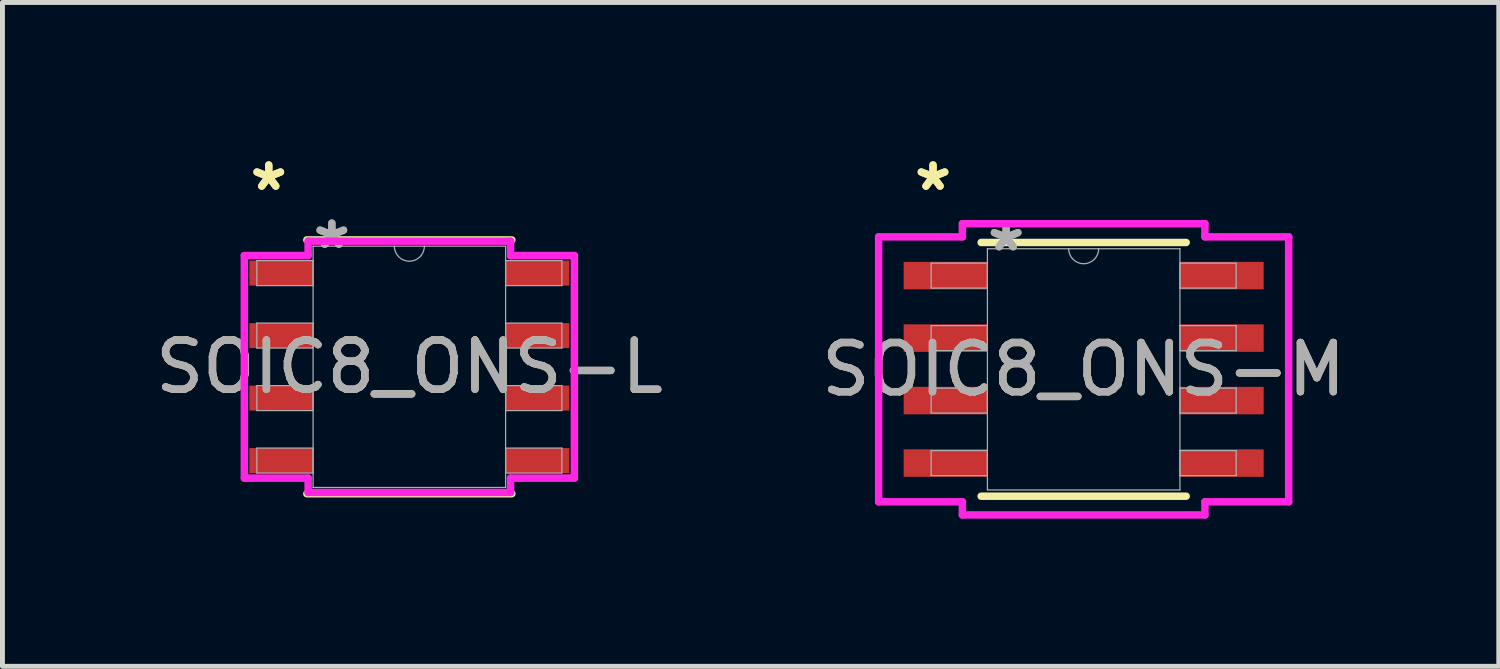
<source format=kicad_pcb>
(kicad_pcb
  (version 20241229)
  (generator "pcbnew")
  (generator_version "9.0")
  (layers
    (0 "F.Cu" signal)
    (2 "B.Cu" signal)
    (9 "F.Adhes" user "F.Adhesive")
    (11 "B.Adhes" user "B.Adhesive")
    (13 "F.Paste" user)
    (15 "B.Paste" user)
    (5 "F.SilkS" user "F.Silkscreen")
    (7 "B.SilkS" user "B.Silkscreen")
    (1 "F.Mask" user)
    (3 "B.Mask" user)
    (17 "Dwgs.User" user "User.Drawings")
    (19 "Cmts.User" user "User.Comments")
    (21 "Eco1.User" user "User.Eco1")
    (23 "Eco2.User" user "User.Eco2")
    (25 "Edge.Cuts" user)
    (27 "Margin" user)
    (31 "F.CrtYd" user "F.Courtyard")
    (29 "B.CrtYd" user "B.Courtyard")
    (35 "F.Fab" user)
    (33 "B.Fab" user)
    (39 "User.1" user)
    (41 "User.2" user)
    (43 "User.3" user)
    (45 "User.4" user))
  (footprint "SOIC8_ONS-L"
    (layer "F.Cu")
    (at 5.268 4.404)
    (property "Reference" "SOIC8_ONS-L" (at 0 0 0) (unlocked yes) (layer "F.SilkS") (effects (font (size 1 1) (thickness 0.15))))
    (attr smd)
    (fp_line (start -2.083 2.578) (end 2.083 2.578) (stroke (width 0.152) (type solid)) (layer "F.SilkS"))
    (fp_line (start 2.083 -2.578) (end -2.083 -2.578) (stroke (width 0.152) (type solid)) (layer "F.SilkS"))
    (fp_line (start -3.353 -2.261) (end -2.057 -2.261) (stroke (width 0.152) (type solid)) (layer "F.CrtYd"))
    (fp_line (start -3.353 2.261) (end -3.353 -2.261) (stroke (width 0.152) (type solid)) (layer "F.CrtYd"))
    (fp_line (start -3.353 2.261) (end -2.057 2.261) (stroke (width 0.152) (type solid)) (layer "F.CrtYd"))
    (fp_line (start -2.057 -2.553) (end 2.057 -2.553) (stroke (width 0.152) (type solid)) (layer "F.CrtYd"))
    (fp_line (start -2.057 -2.261) (end -2.057 -2.553) (stroke (width 0.152) (type solid)) (layer "F.CrtYd"))
    (fp_line (start -2.057 2.553) (end -2.057 2.261) (stroke (width 0.152) (type solid)) (layer "F.CrtYd"))
    (fp_line (start 2.057 -2.553) (end 2.057 -2.261) (stroke (width 0.152) (type solid)) (layer "F.CrtYd"))
    (fp_line (start 2.057 2.261) (end 2.057 2.553) (stroke (width 0.152) (type solid)) (layer "F.CrtYd"))
    (fp_line (start 2.057 2.553) (end -2.057 2.553) (stroke (width 0.152) (type solid)) (layer "F.CrtYd"))
    (fp_line (start 3.353 -2.261) (end 2.057 -2.261) (stroke (width 0.152) (type solid)) (layer "F.CrtYd"))
    (fp_line (start 3.353 -2.261) (end 3.353 2.261) (stroke (width 0.152) (type solid)) (layer "F.CrtYd"))
    (fp_line (start 3.353 2.261) (end 2.057 2.261) (stroke (width 0.152) (type solid)) (layer "F.CrtYd"))
    (fp_line (start -3.099 -2.159) (end -3.099 -1.651) (stroke (width 0.025) (type solid)) (layer "F.Fab"))
    (fp_line (start -3.099 -1.651) (end -1.956 -1.651) (stroke (width 0.025) (type solid)) (layer "F.Fab"))
    (fp_line (start -3.099 -0.889) (end -3.099 -0.381) (stroke (width 0.025) (type solid)) (layer "F.Fab"))
    (fp_line (start -3.099 -0.381) (end -1.956 -0.381) (stroke (width 0.025) (type solid)) (layer "F.Fab"))
    (fp_line (start -3.099 0.381) (end -3.099 0.889) (stroke (width 0.025) (type solid)) (layer "F.Fab"))
    (fp_line (start -3.099 0.889) (end -1.956 0.889) (stroke (width 0.025) (type solid)) (layer "F.Fab"))
    (fp_line (start -3.099 1.651) (end -3.099 2.159) (stroke (width 0.025) (type solid)) (layer "F.Fab"))
    (fp_line (start -3.099 2.159) (end -1.956 2.159) (stroke (width 0.025) (type solid)) (layer "F.Fab"))
    (fp_line (start -1.956 -2.451) (end -1.956 2.451) (stroke (width 0.025) (type solid)) (layer "F.Fab"))
    (fp_line (start -1.956 -2.159) (end -3.099 -2.159) (stroke (width 0.025) (type solid)) (layer "F.Fab"))
    (fp_line (start -1.956 -1.651) (end -1.956 -2.159) (stroke (width 0.025) (type solid)) (layer "F.Fab"))
    (fp_line (start -1.956 -0.889) (end -3.099 -0.889) (stroke (width 0.025) (type solid)) (layer "F.Fab"))
    (fp_line (start -1.956 -0.381) (end -1.956 -0.889) (stroke (width 0.025) (type solid)) (layer "F.Fab"))
    (fp_line (start -1.956 0.381) (end -3.099 0.381) (stroke (width 0.025) (type solid)) (layer "F.Fab"))
    (fp_line (start -1.956 0.889) (end -1.956 0.381) (stroke (width 0.025) (type solid)) (layer "F.Fab"))
    (fp_line (start -1.956 1.651) (end -3.099 1.651) (stroke (width 0.025) (type solid)) (layer "F.Fab"))
    (fp_line (start -1.956 2.159) (end -1.956 1.651) (stroke (width 0.025) (type solid)) (layer "F.Fab"))
    (fp_line (start -1.956 2.451) (end 1.956 2.451) (stroke (width 0.025) (type solid)) (layer "F.Fab"))
    (fp_line (start 1.956 -2.451) (end -1.956 -2.451) (stroke (width 0.025) (type solid)) (layer "F.Fab"))
    (fp_line (start 1.956 -2.159) (end 1.956 -1.651) (stroke (width 0.025) (type solid)) (layer "F.Fab"))
    (fp_line (start 1.956 -1.651) (end 3.099 -1.651) (stroke (width 0.025) (type solid)) (layer "F.Fab"))
    (fp_line (start 1.956 -0.889) (end 1.956 -0.381) (stroke (width 0.025) (type solid)) (layer "F.Fab"))
    (fp_line (start 1.956 -0.381) (end 3.099 -0.381) (stroke (width 0.025) (type solid)) (layer "F.Fab"))
    (fp_line (start 1.956 0.381) (end 1.956 0.889) (stroke (width 0.025) (type solid)) (layer "F.Fab"))
    (fp_line (start 1.956 0.889) (end 3.099 0.889) (stroke (width 0.025) (type solid)) (layer "F.Fab"))
    (fp_line (start 1.956 1.651) (end 1.956 2.159) (stroke (width 0.025) (type solid)) (layer "F.Fab"))
    (fp_line (start 1.956 2.159) (end 3.099 2.159) (stroke (width 0.025) (type solid)) (layer "F.Fab"))
    (fp_line (start 1.956 2.451) (end 1.956 -2.451) (stroke (width 0.025) (type solid)) (layer "F.Fab"))
    (fp_line (start 3.099 -2.159) (end 1.956 -2.159) (stroke (width 0.025) (type solid)) (layer "F.Fab"))
    (fp_line (start 3.099 -1.651) (end 3.099 -2.159) (stroke (width 0.025) (type solid)) (layer "F.Fab"))
    (fp_line (start 3.099 -0.889) (end 1.956 -0.889) (stroke (width 0.025) (type solid)) (layer "F.Fab"))
    (fp_line (start 3.099 -0.381) (end 3.099 -0.889) (stroke (width 0.025) (type solid)) (layer "F.Fab"))
    (fp_line (start 3.099 0.381) (end 1.956 0.381) (stroke (width 0.025) (type solid)) (layer "F.Fab"))
    (fp_line (start 3.099 0.889) (end 3.099 0.381) (stroke (width 0.025) (type solid)) (layer "F.Fab"))
    (fp_line (start 3.099 1.651) (end 1.956 1.651) (stroke (width 0.025) (type solid)) (layer "F.Fab"))
    (fp_line (start 3.099 2.159) (end 3.099 1.651) (stroke (width 0.025) (type solid)) (layer "F.Fab"))
    (fp_arc (start 0.3048 -2.4511) (mid 0 -2.1463) (end -0.3048 -2.4511) (stroke (width 0.0254) (type solid)) (layer "F.Fab"))
    (fp_text user "*" (at -2.857 -3.556 0) (unlocked yes) (layer "F.SilkS") (effects (font (size 1 1) (thickness 0.15))))
    (fp_text user "*" (at -2.857 -3.556 0) (layer "F.SilkS") (effects (font (size 1 1) (thickness 0.15))))
    (fp_text user "*" (at -1.575 -2.375 0) (unlocked yes) (layer "F.Fab") (effects (font (size 1 1) (thickness 0.15))))
    (fp_text user "${REFERENCE}" (at 0 0 0) (unlocked yes) (layer "F.Fab") (effects (font (size 1 1) (thickness 0.15))))
    (fp_text user "*" (at -1.575 -2.375 0) (layer "F.Fab") (effects (font (size 1 1) (thickness 0.15))))
    (pad "1" smd rect (at -2.603 -1.905) (size 1.295 0.508) (layers "F.Cu" "F.Mask" "F.Paste"))
    (pad "2" smd rect (at -2.603 -0.635) (size 1.295 0.508) (layers "F.Cu" "F.Mask" "F.Paste"))
    (pad "3" smd rect (at -2.603 0.635) (size 1.295 0.508) (layers "F.Cu" "F.Mask" "F.Paste"))
    (pad "4" smd rect (at -2.603 1.905) (size 1.295 0.508) (layers "F.Cu" "F.Mask" "F.Paste"))
    (pad "5" smd rect (at 2.603 1.905) (size 1.295 0.508) (layers "F.Cu" "F.Mask" "F.Paste"))
    (pad "6" smd rect (at 2.603 0.635) (size 1.295 0.508) (layers "F.Cu" "F.Mask" "F.Paste"))
    (pad "7" smd rect (at 2.603 -0.635) (size 1.295 0.508) (layers "F.Cu" "F.Mask" "F.Paste"))
    (pad "8" smd rect (at 2.603 -1.905) (size 1.295 0.508) (layers "F.Cu" "F.Mask" "F.Paste")))
  (footprint "SOIC8_ONS-M"
    (layer "F.Cu")
    (at 18.97 4.455)
    (property "Reference" "SOIC8_ONS-M" (at 0 0 0) (unlocked yes) (layer "F.SilkS") (effects (font (size 1 1) (thickness 0.15))))
    (attr smd)
    (fp_line (start -2.083 2.578) (end 2.083 2.578) (stroke (width 0.152) (type solid)) (layer "F.SilkS"))
    (fp_line (start 2.083 -2.578) (end -2.083 -2.578) (stroke (width 0.152) (type solid)) (layer "F.SilkS"))
    (fp_line (start -4.166 -2.692) (end -2.464 -2.692) (stroke (width 0.152) (type solid)) (layer "F.CrtYd"))
    (fp_line (start -4.166 2.692) (end -4.166 -2.692) (stroke (width 0.152) (type solid)) (layer "F.CrtYd"))
    (fp_line (start -4.166 2.692) (end -2.464 2.692) (stroke (width 0.152) (type solid)) (layer "F.CrtYd"))
    (fp_line (start -2.464 -2.959) (end 2.464 -2.959) (stroke (width 0.152) (type solid)) (layer "F.CrtYd"))
    (fp_line (start -2.464 -2.692) (end -2.464 -2.959) (stroke (width 0.152) (type solid)) (layer "F.CrtYd"))
    (fp_line (start -2.464 2.959) (end -2.464 2.692) (stroke (width 0.152) (type solid)) (layer "F.CrtYd"))
    (fp_line (start 2.464 -2.959) (end 2.464 -2.692) (stroke (width 0.152) (type solid)) (layer "F.CrtYd"))
    (fp_line (start 2.464 2.692) (end 2.464 2.959) (stroke (width 0.152) (type solid)) (layer "F.CrtYd"))
    (fp_line (start 2.464 2.959) (end -2.464 2.959) (stroke (width 0.152) (type solid)) (layer "F.CrtYd"))
    (fp_line (start 4.166 -2.692) (end 2.464 -2.692) (stroke (width 0.152) (type solid)) (layer "F.CrtYd"))
    (fp_line (start 4.166 -2.692) (end 4.166 2.692) (stroke (width 0.152) (type solid)) (layer "F.CrtYd"))
    (fp_line (start 4.166 2.692) (end 2.464 2.692) (stroke (width 0.152) (type solid)) (layer "F.CrtYd"))
    (fp_line (start -3.099 -2.159) (end -3.099 -1.651) (stroke (width 0.025) (type solid)) (layer "F.Fab"))
    (fp_line (start -3.099 -1.651) (end -1.956 -1.651) (stroke (width 0.025) (type solid)) (layer "F.Fab"))
    (fp_line (start -3.099 -0.889) (end -3.099 -0.381) (stroke (width 0.025) (type solid)) (layer "F.Fab"))
    (fp_line (start -3.099 -0.381) (end -1.956 -0.381) (stroke (width 0.025) (type solid)) (layer "F.Fab"))
    (fp_line (start -3.099 0.381) (end -3.099 0.889) (stroke (width 0.025) (type solid)) (layer "F.Fab"))
    (fp_line (start -3.099 0.889) (end -1.956 0.889) (stroke (width 0.025) (type solid)) (layer "F.Fab"))
    (fp_line (start -3.099 1.651) (end -3.099 2.159) (stroke (width 0.025) (type solid)) (layer "F.Fab"))
    (fp_line (start -3.099 2.159) (end -1.956 2.159) (stroke (width 0.025) (type solid)) (layer "F.Fab"))
    (fp_line (start -1.956 -2.451) (end -1.956 2.451) (stroke (width 0.025) (type solid)) (layer "F.Fab"))
    (fp_line (start -1.956 -2.159) (end -3.099 -2.159) (stroke (width 0.025) (type solid)) (layer "F.Fab"))
    (fp_line (start -1.956 -1.651) (end -1.956 -2.159) (stroke (width 0.025) (type solid)) (layer "F.Fab"))
    (fp_line (start -1.956 -0.889) (end -3.099 -0.889) (stroke (width 0.025) (type solid)) (layer "F.Fab"))
    (fp_line (start -1.956 -0.381) (end -1.956 -0.889) (stroke (width 0.025) (type solid)) (layer "F.Fab"))
    (fp_line (start -1.956 0.381) (end -3.099 0.381) (stroke (width 0.025) (type solid)) (layer "F.Fab"))
    (fp_line (start -1.956 0.889) (end -1.956 0.381) (stroke (width 0.025) (type solid)) (layer "F.Fab"))
    (fp_line (start -1.956 1.651) (end -3.099 1.651) (stroke (width 0.025) (type solid)) (layer "F.Fab"))
    (fp_line (start -1.956 2.159) (end -1.956 1.651) (stroke (width 0.025) (type solid)) (layer "F.Fab"))
    (fp_line (start -1.956 2.451) (end 1.956 2.451) (stroke (width 0.025) (type solid)) (layer "F.Fab"))
    (fp_line (start 1.956 -2.451) (end -1.956 -2.451) (stroke (width 0.025) (type solid)) (layer "F.Fab"))
    (fp_line (start 1.956 -2.159) (end 1.956 -1.651) (stroke (width 0.025) (type solid)) (layer "F.Fab"))
    (fp_line (start 1.956 -1.651) (end 3.099 -1.651) (stroke (width 0.025) (type solid)) (layer "F.Fab"))
    (fp_line (start 1.956 -0.889) (end 1.956 -0.381) (stroke (width 0.025) (type solid)) (layer "F.Fab"))
    (fp_line (start 1.956 -0.381) (end 3.099 -0.381) (stroke (width 0.025) (type solid)) (layer "F.Fab"))
    (fp_line (start 1.956 0.381) (end 1.956 0.889) (stroke (width 0.025) (type solid)) (layer "F.Fab"))
    (fp_line (start 1.956 0.889) (end 3.099 0.889) (stroke (width 0.025) (type solid)) (layer "F.Fab"))
    (fp_line (start 1.956 1.651) (end 1.956 2.159) (stroke (width 0.025) (type solid)) (layer "F.Fab"))
    (fp_line (start 1.956 2.159) (end 3.099 2.159) (stroke (width 0.025) (type solid)) (layer "F.Fab"))
    (fp_line (start 1.956 2.451) (end 1.956 -2.451) (stroke (width 0.025) (type solid)) (layer "F.Fab"))
    (fp_line (start 3.099 -2.159) (end 1.956 -2.159) (stroke (width 0.025) (type solid)) (layer "F.Fab"))
    (fp_line (start 3.099 -1.651) (end 3.099 -2.159) (stroke (width 0.025) (type solid)) (layer "F.Fab"))
    (fp_line (start 3.099 -0.889) (end 1.956 -0.889) (stroke (width 0.025) (type solid)) (layer "F.Fab"))
    (fp_line (start 3.099 -0.381) (end 3.099 -0.889) (stroke (width 0.025) (type solid)) (layer "F.Fab"))
    (fp_line (start 3.099 0.381) (end 1.956 0.381) (stroke (width 0.025) (type solid)) (layer "F.Fab"))
    (fp_line (start 3.099 0.889) (end 3.099 0.381) (stroke (width 0.025) (type solid)) (layer "F.Fab"))
    (fp_line (start 3.099 1.651) (end 1.956 1.651) (stroke (width 0.025) (type solid)) (layer "F.Fab"))
    (fp_line (start 3.099 2.159) (end 3.099 1.651) (stroke (width 0.025) (type solid)) (layer "F.Fab"))
    (fp_arc (start 0.3048 -2.4511) (mid 0 -2.1463) (end -0.3048 -2.4511) (stroke (width 0.0254) (type solid)) (layer "F.Fab"))
    (fp_text user "*" (at -3.061 -3.607 0) (unlocked yes) (layer "F.SilkS") (effects (font (size 1 1) (thickness 0.15))))
    (fp_text user "*" (at -3.061 -3.607 0) (layer "F.SilkS") (effects (font (size 1 1) (thickness 0.15))))
    (fp_text user "*" (at -1.575 -2.375 0) (unlocked yes) (layer "F.Fab") (effects (font (size 1 1) (thickness 0.15))))
    (fp_text user "*" (at -1.575 -2.375 0) (layer "F.Fab") (effects (font (size 1 1) (thickness 0.15))))
    (fp_text user "${REFERENCE}" (at 0 0 0) (unlocked yes) (layer "F.Fab") (effects (font (size 1 1) (thickness 0.15))))
    (pad "1" smd rect (at -2.807 -1.905) (size 1.702 0.559) (layers "F.Cu" "F.Mask" "F.Paste"))
    (pad "2" smd rect (at -2.807 -0.635) (size 1.702 0.559) (layers "F.Cu" "F.Mask" "F.Paste"))
    (pad "3" smd rect (at -2.807 0.635) (size 1.702 0.559) (layers "F.Cu" "F.Mask" "F.Paste"))
    (pad "4" smd rect (at -2.807 1.905) (size 1.702 0.559) (layers "F.Cu" "F.Mask" "F.Paste"))
    (pad "5" smd rect (at 2.807 1.905) (size 1.702 0.559) (layers "F.Cu" "F.Mask" "F.Paste"))
    (pad "6" smd rect (at 2.807 0.635) (size 1.702 0.559) (layers "F.Cu" "F.Mask" "F.Paste"))
    (pad "7" smd rect (at 2.807 -0.635) (size 1.702 0.559) (layers "F.Cu" "F.Mask" "F.Paste"))
    (pad "8" smd rect (at 2.807 -1.905) (size 1.702 0.559) (layers "F.Cu" "F.Mask" "F.Paste")))
  (gr_rect
    (start -3 -3)
    (end 27.405 10.49)
    (stroke (width 0.1) (type default))
    (fill no)
    (layer "Edge.Cuts")))
</source>
